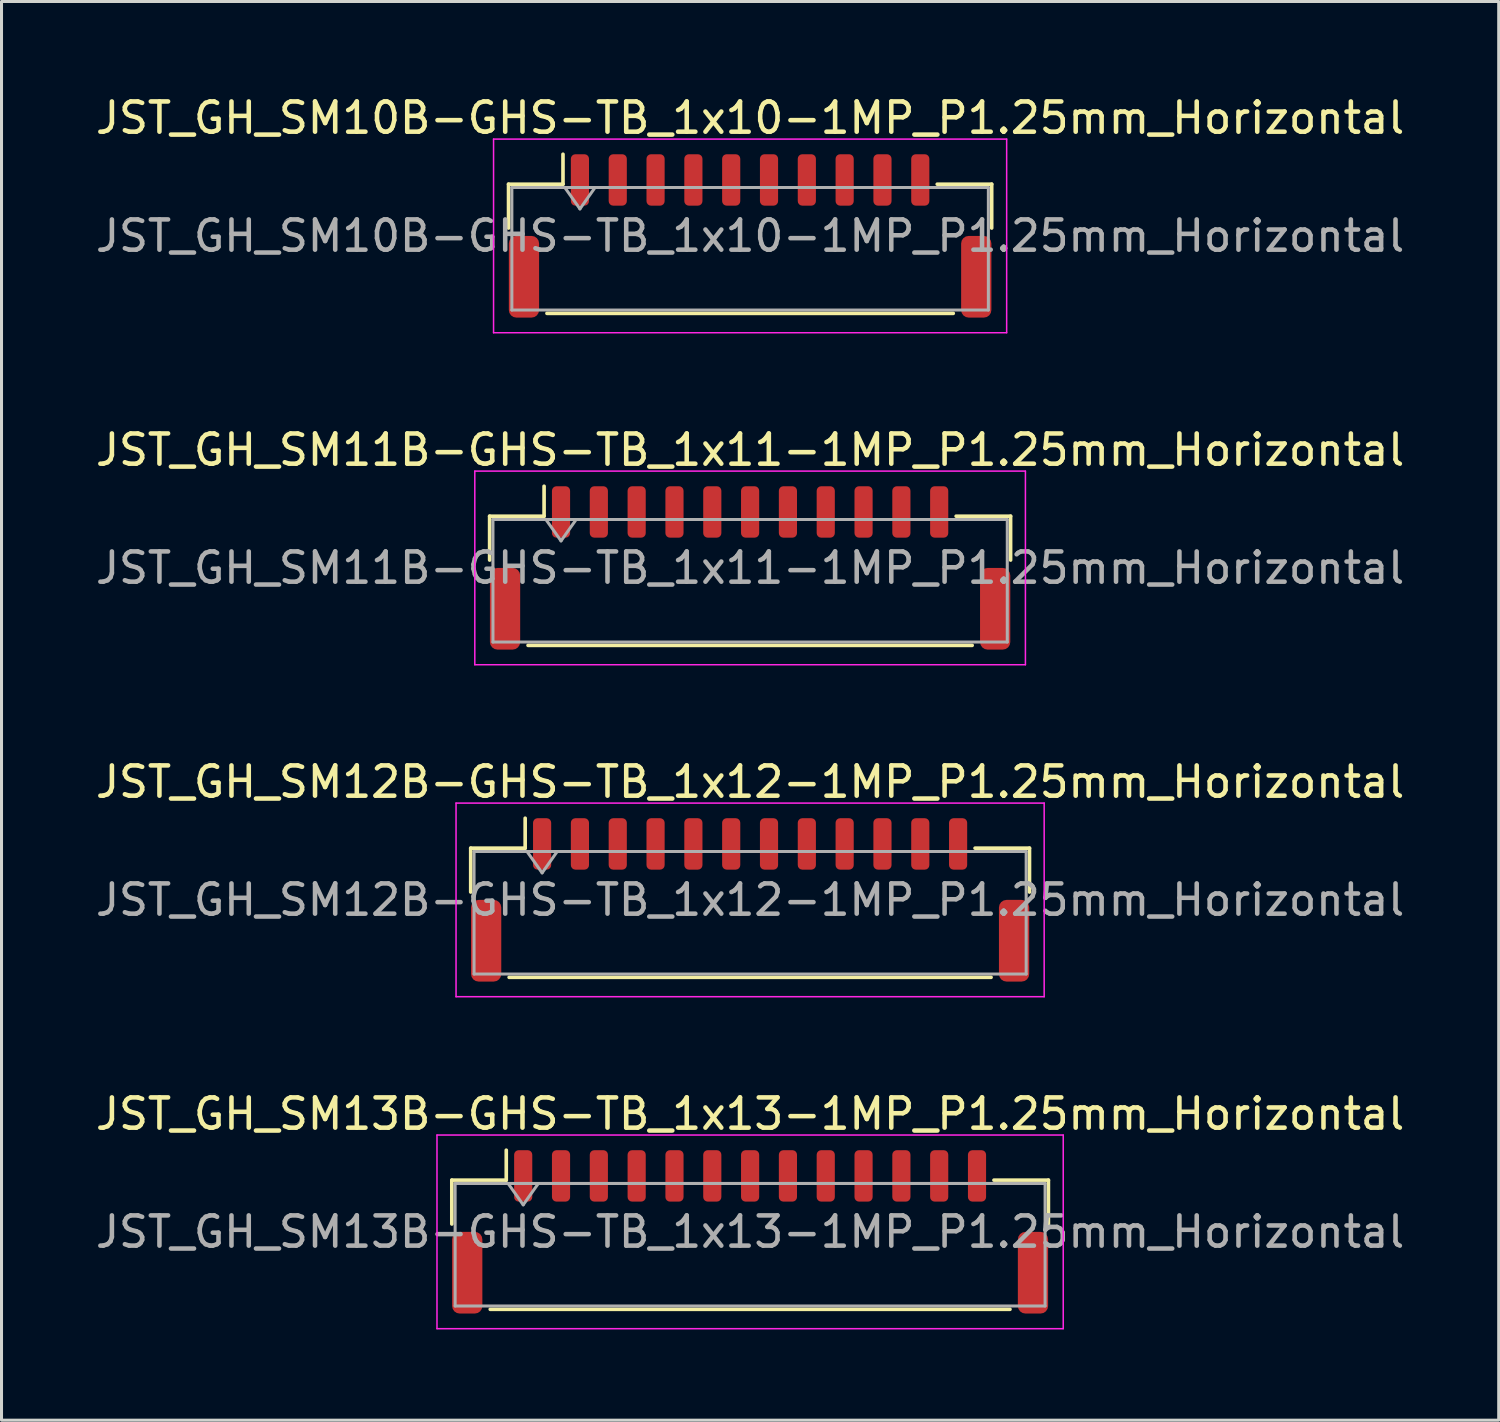
<source format=kicad_pcb>
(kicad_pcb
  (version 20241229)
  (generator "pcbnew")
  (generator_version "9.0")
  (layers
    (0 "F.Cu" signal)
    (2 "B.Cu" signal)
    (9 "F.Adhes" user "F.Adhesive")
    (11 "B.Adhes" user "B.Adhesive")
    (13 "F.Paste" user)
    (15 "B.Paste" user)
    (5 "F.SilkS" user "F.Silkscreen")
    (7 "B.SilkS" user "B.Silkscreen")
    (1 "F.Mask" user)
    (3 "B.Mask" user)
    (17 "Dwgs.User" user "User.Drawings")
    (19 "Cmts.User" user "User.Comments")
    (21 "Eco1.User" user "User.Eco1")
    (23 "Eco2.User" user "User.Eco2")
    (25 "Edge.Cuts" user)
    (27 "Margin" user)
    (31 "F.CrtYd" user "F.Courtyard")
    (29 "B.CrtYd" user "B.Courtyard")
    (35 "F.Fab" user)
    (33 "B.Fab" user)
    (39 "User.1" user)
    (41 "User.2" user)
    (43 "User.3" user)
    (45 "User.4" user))
  (footprint "JST_GH_SM12B-GHS-TB_1x12-1MP_P1.25mm_Horizontal"
    (layer "F.Cu")
    (at 21.744 26.695)
    (property "Reference" "JST_GH_SM12B-GHS-TB_1x12-1MP_P1.25mm_Horizontal" (at 0 -3.9 0) (layer "F.SilkS") (effects (font (size 1 1) (thickness 0.15))))
    (attr smd)
    (fp_line (start -9.235 -1.71) (end -7.435 -1.71) (stroke (width 0.12) (type solid)) (layer "F.SilkS"))
    (fp_line (start -9.235 -0.26) (end -9.235 -1.71) (stroke (width 0.12) (type solid)) (layer "F.SilkS"))
    (fp_line (start -7.965 2.56) (end 7.965 2.56) (stroke (width 0.12) (type solid)) (layer "F.SilkS"))
    (fp_line (start -7.435 -1.71) (end -7.435 -2.7) (stroke (width 0.12) (type solid)) (layer "F.SilkS"))
    (fp_line (start 9.235 -1.71) (end 7.435 -1.71) (stroke (width 0.12) (type solid)) (layer "F.SilkS"))
    (fp_line (start 9.235 -0.26) (end 9.235 -1.71) (stroke (width 0.12) (type solid)) (layer "F.SilkS"))
    (fp_line (start -9.72 -3.2) (end -9.72 3.2) (stroke (width 0.05) (type solid)) (layer "F.CrtYd"))
    (fp_line (start -9.72 3.2) (end 9.72 3.2) (stroke (width 0.05) (type solid)) (layer "F.CrtYd"))
    (fp_line (start 9.72 -3.2) (end -9.72 -3.2) (stroke (width 0.05) (type solid)) (layer "F.CrtYd"))
    (fp_line (start 9.72 3.2) (end 9.72 -3.2) (stroke (width 0.05) (type solid)) (layer "F.CrtYd"))
    (fp_line (start -9.125 -1.6) (end -9.125 2.45) (stroke (width 0.1) (type solid)) (layer "F.Fab"))
    (fp_line (start -9.125 -1.6) (end 9.125 -1.6) (stroke (width 0.1) (type solid)) (layer "F.Fab"))
    (fp_line (start -9.125 2.45) (end 9.125 2.45) (stroke (width 0.1) (type solid)) (layer "F.Fab"))
    (fp_line (start -7.375 -1.6) (end -6.875 -0.893) (stroke (width 0.1) (type solid)) (layer "F.Fab"))
    (fp_line (start -6.875 -0.893) (end -6.375 -1.6) (stroke (width 0.1) (type solid)) (layer "F.Fab"))
    (fp_line (start 9.125 -1.6) (end 9.125 2.45) (stroke (width 0.1) (type solid)) (layer "F.Fab"))
    (fp_text user "${REFERENCE}" (at 0 0 0) (layer "F.Fab") (effects (font (size 1 1) (thickness 0.15))))
    (pad "1" smd roundrect (at -6.875 -1.85) (size 0.6 1.7) (layers "F.Cu" "F.Mask" "F.Paste") (roundrect_rratio 0.25))
    (pad "2" smd roundrect (at -5.625 -1.85) (size 0.6 1.7) (layers "F.Cu" "F.Mask" "F.Paste") (roundrect_rratio 0.25))
    (pad "3" smd roundrect (at -4.375 -1.85) (size 0.6 1.7) (layers "F.Cu" "F.Mask" "F.Paste") (roundrect_rratio 0.25))
    (pad "4" smd roundrect (at -3.125 -1.85) (size 0.6 1.7) (layers "F.Cu" "F.Mask" "F.Paste") (roundrect_rratio 0.25))
    (pad "5" smd roundrect (at -1.875 -1.85) (size 0.6 1.7) (layers "F.Cu" "F.Mask" "F.Paste") (roundrect_rratio 0.25))
    (pad "6" smd roundrect (at -0.625 -1.85) (size 0.6 1.7) (layers "F.Cu" "F.Mask" "F.Paste") (roundrect_rratio 0.25))
    (pad "7" smd roundrect (at 0.625 -1.85) (size 0.6 1.7) (layers "F.Cu" "F.Mask" "F.Paste") (roundrect_rratio 0.25))
    (pad "8" smd roundrect (at 1.875 -1.85) (size 0.6 1.7) (layers "F.Cu" "F.Mask" "F.Paste") (roundrect_rratio 0.25))
    (pad "9" smd roundrect (at 3.125 -1.85) (size 0.6 1.7) (layers "F.Cu" "F.Mask" "F.Paste") (roundrect_rratio 0.25))
    (pad "10" smd roundrect (at 4.375 -1.85) (size 0.6 1.7) (layers "F.Cu" "F.Mask" "F.Paste") (roundrect_rratio 0.25))
    (pad "11" smd roundrect (at 5.625 -1.85) (size 0.6 1.7) (layers "F.Cu" "F.Mask" "F.Paste") (roundrect_rratio 0.25))
    (pad "12" smd roundrect (at 6.875 -1.85) (size 0.6 1.7) (layers "F.Cu" "F.Mask" "F.Paste") (roundrect_rratio 0.25))
    (pad "MP" smd roundrect (at -8.725 1.35) (size 1 2.7) (layers "F.Cu" "F.Mask" "F.Paste") (roundrect_rratio 0.25))
    (pad "MP" smd roundrect (at 8.725 1.35) (size 1 2.7) (layers "F.Cu" "F.Mask" "F.Paste") (roundrect_rratio 0.25)))
  (footprint "JST_GH_SM11B-GHS-TB_1x11-1MP_P1.25mm_Horizontal"
    (layer "F.Cu")
    (at 21.744 15.722)
    (property "Reference" "JST_GH_SM11B-GHS-TB_1x11-1MP_P1.25mm_Horizontal" (at 0 -3.9 0) (layer "F.SilkS") (effects (font (size 1 1) (thickness 0.15))))
    (attr smd)
    (fp_line (start -8.61 -1.71) (end -6.81 -1.71) (stroke (width 0.12) (type solid)) (layer "F.SilkS"))
    (fp_line (start -8.61 -0.26) (end -8.61 -1.71) (stroke (width 0.12) (type solid)) (layer "F.SilkS"))
    (fp_line (start -7.34 2.56) (end 7.34 2.56) (stroke (width 0.12) (type solid)) (layer "F.SilkS"))
    (fp_line (start -6.81 -1.71) (end -6.81 -2.7) (stroke (width 0.12) (type solid)) (layer "F.SilkS"))
    (fp_line (start 8.61 -1.71) (end 6.81 -1.71) (stroke (width 0.12) (type solid)) (layer "F.SilkS"))
    (fp_line (start 8.61 -0.26) (end 8.61 -1.71) (stroke (width 0.12) (type solid)) (layer "F.SilkS"))
    (fp_line (start -9.1 -3.2) (end -9.1 3.2) (stroke (width 0.05) (type solid)) (layer "F.CrtYd"))
    (fp_line (start -9.1 3.2) (end 9.1 3.2) (stroke (width 0.05) (type solid)) (layer "F.CrtYd"))
    (fp_line (start 9.1 -3.2) (end -9.1 -3.2) (stroke (width 0.05) (type solid)) (layer "F.CrtYd"))
    (fp_line (start 9.1 3.2) (end 9.1 -3.2) (stroke (width 0.05) (type solid)) (layer "F.CrtYd"))
    (fp_line (start -8.5 -1.6) (end -8.5 2.45) (stroke (width 0.1) (type solid)) (layer "F.Fab"))
    (fp_line (start -8.5 -1.6) (end 8.5 -1.6) (stroke (width 0.1) (type solid)) (layer "F.Fab"))
    (fp_line (start -8.5 2.45) (end 8.5 2.45) (stroke (width 0.1) (type solid)) (layer "F.Fab"))
    (fp_line (start -6.75 -1.6) (end -6.25 -0.893) (stroke (width 0.1) (type solid)) (layer "F.Fab"))
    (fp_line (start -6.25 -0.893) (end -5.75 -1.6) (stroke (width 0.1) (type solid)) (layer "F.Fab"))
    (fp_line (start 8.5 -1.6) (end 8.5 2.45) (stroke (width 0.1) (type solid)) (layer "F.Fab"))
    (fp_text user "${REFERENCE}" (at 0 0 0) (layer "F.Fab") (effects (font (size 1 1) (thickness 0.15))))
    (pad "1" smd roundrect (at -6.25 -1.85) (size 0.6 1.7) (layers "F.Cu" "F.Mask" "F.Paste") (roundrect_rratio 0.25))
    (pad "2" smd roundrect (at -5 -1.85) (size 0.6 1.7) (layers "F.Cu" "F.Mask" "F.Paste") (roundrect_rratio 0.25))
    (pad "3" smd roundrect (at -3.75 -1.85) (size 0.6 1.7) (layers "F.Cu" "F.Mask" "F.Paste") (roundrect_rratio 0.25))
    (pad "4" smd roundrect (at -2.5 -1.85) (size 0.6 1.7) (layers "F.Cu" "F.Mask" "F.Paste") (roundrect_rratio 0.25))
    (pad "5" smd roundrect (at -1.25 -1.85) (size 0.6 1.7) (layers "F.Cu" "F.Mask" "F.Paste") (roundrect_rratio 0.25))
    (pad "6" smd roundrect (at 0 -1.85) (size 0.6 1.7) (layers "F.Cu" "F.Mask" "F.Paste") (roundrect_rratio 0.25))
    (pad "7" smd roundrect (at 1.25 -1.85) (size 0.6 1.7) (layers "F.Cu" "F.Mask" "F.Paste") (roundrect_rratio 0.25))
    (pad "8" smd roundrect (at 2.5 -1.85) (size 0.6 1.7) (layers "F.Cu" "F.Mask" "F.Paste") (roundrect_rratio 0.25))
    (pad "9" smd roundrect (at 3.75 -1.85) (size 0.6 1.7) (layers "F.Cu" "F.Mask" "F.Paste") (roundrect_rratio 0.25))
    (pad "10" smd roundrect (at 5 -1.85) (size 0.6 1.7) (layers "F.Cu" "F.Mask" "F.Paste") (roundrect_rratio 0.25))
    (pad "11" smd roundrect (at 6.25 -1.85) (size 0.6 1.7) (layers "F.Cu" "F.Mask" "F.Paste") (roundrect_rratio 0.25))
    (pad "MP" smd roundrect (at -8.1 1.35) (size 1 2.7) (layers "F.Cu" "F.Mask" "F.Paste") (roundrect_rratio 0.25))
    (pad "MP" smd roundrect (at 8.1 1.35) (size 1 2.7) (layers "F.Cu" "F.Mask" "F.Paste") (roundrect_rratio 0.25)))
  (footprint "JST_GH_SM10B-GHS-TB_1x10-1MP_P1.25mm_Horizontal"
    (layer "F.Cu")
    (at 21.744 4.748)
    (property "Reference" "JST_GH_SM10B-GHS-TB_1x10-1MP_P1.25mm_Horizontal" (at 0 -3.9 0) (layer "F.SilkS") (effects (font (size 1 1) (thickness 0.15))))
    (attr smd)
    (fp_line (start -7.985 -1.71) (end -6.185 -1.71) (stroke (width 0.12) (type solid)) (layer "F.SilkS"))
    (fp_line (start -7.985 -0.26) (end -7.985 -1.71) (stroke (width 0.12) (type solid)) (layer "F.SilkS"))
    (fp_line (start -6.715 2.56) (end 6.715 2.56) (stroke (width 0.12) (type solid)) (layer "F.SilkS"))
    (fp_line (start -6.185 -1.71) (end -6.185 -2.7) (stroke (width 0.12) (type solid)) (layer "F.SilkS"))
    (fp_line (start 7.985 -1.71) (end 6.185 -1.71) (stroke (width 0.12) (type solid)) (layer "F.SilkS"))
    (fp_line (start 7.985 -0.26) (end 7.985 -1.71) (stroke (width 0.12) (type solid)) (layer "F.SilkS"))
    (fp_line (start -8.48 -3.2) (end -8.48 3.2) (stroke (width 0.05) (type solid)) (layer "F.CrtYd"))
    (fp_line (start -8.48 3.2) (end 8.48 3.2) (stroke (width 0.05) (type solid)) (layer "F.CrtYd"))
    (fp_line (start 8.48 -3.2) (end -8.48 -3.2) (stroke (width 0.05) (type solid)) (layer "F.CrtYd"))
    (fp_line (start 8.48 3.2) (end 8.48 -3.2) (stroke (width 0.05) (type solid)) (layer "F.CrtYd"))
    (fp_line (start -7.875 -1.6) (end -7.875 2.45) (stroke (width 0.1) (type solid)) (layer "F.Fab"))
    (fp_line (start -7.875 -1.6) (end 7.875 -1.6) (stroke (width 0.1) (type solid)) (layer "F.Fab"))
    (fp_line (start -7.875 2.45) (end 7.875 2.45) (stroke (width 0.1) (type solid)) (layer "F.Fab"))
    (fp_line (start -6.125 -1.6) (end -5.625 -0.893) (stroke (width 0.1) (type solid)) (layer "F.Fab"))
    (fp_line (start -5.625 -0.893) (end -5.125 -1.6) (stroke (width 0.1) (type solid)) (layer "F.Fab"))
    (fp_line (start 7.875 -1.6) (end 7.875 2.45) (stroke (width 0.1) (type solid)) (layer "F.Fab"))
    (fp_text user "${REFERENCE}" (at 0 0 0) (layer "F.Fab") (effects (font (size 1 1) (thickness 0.15))))
    (pad "1" smd roundrect (at -5.625 -1.85) (size 0.6 1.7) (layers "F.Cu" "F.Mask" "F.Paste") (roundrect_rratio 0.25))
    (pad "2" smd roundrect (at -4.375 -1.85) (size 0.6 1.7) (layers "F.Cu" "F.Mask" "F.Paste") (roundrect_rratio 0.25))
    (pad "3" smd roundrect (at -3.125 -1.85) (size 0.6 1.7) (layers "F.Cu" "F.Mask" "F.Paste") (roundrect_rratio 0.25))
    (pad "4" smd roundrect (at -1.875 -1.85) (size 0.6 1.7) (layers "F.Cu" "F.Mask" "F.Paste") (roundrect_rratio 0.25))
    (pad "5" smd roundrect (at -0.625 -1.85) (size 0.6 1.7) (layers "F.Cu" "F.Mask" "F.Paste") (roundrect_rratio 0.25))
    (pad "6" smd roundrect (at 0.625 -1.85) (size 0.6 1.7) (layers "F.Cu" "F.Mask" "F.Paste") (roundrect_rratio 0.25))
    (pad "7" smd roundrect (at 1.875 -1.85) (size 0.6 1.7) (layers "F.Cu" "F.Mask" "F.Paste") (roundrect_rratio 0.25))
    (pad "8" smd roundrect (at 3.125 -1.85) (size 0.6 1.7) (layers "F.Cu" "F.Mask" "F.Paste") (roundrect_rratio 0.25))
    (pad "9" smd roundrect (at 4.375 -1.85) (size 0.6 1.7) (layers "F.Cu" "F.Mask" "F.Paste") (roundrect_rratio 0.25))
    (pad "10" smd roundrect (at 5.625 -1.85) (size 0.6 1.7) (layers "F.Cu" "F.Mask" "F.Paste") (roundrect_rratio 0.25))
    (pad "MP" smd roundrect (at -7.475 1.35) (size 1 2.7) (layers "F.Cu" "F.Mask" "F.Paste") (roundrect_rratio 0.25))
    (pad "MP" smd roundrect (at 7.475 1.35) (size 1 2.7) (layers "F.Cu" "F.Mask" "F.Paste") (roundrect_rratio 0.25)))
  (footprint "JST_GH_SM13B-GHS-TB_1x13-1MP_P1.25mm_Horizontal"
    (layer "F.Cu")
    (at 21.744 37.668)
    (property "Reference" "JST_GH_SM13B-GHS-TB_1x13-1MP_P1.25mm_Horizontal" (at 0 -3.9 0) (layer "F.SilkS") (effects (font (size 1 1) (thickness 0.15))))
    (attr smd)
    (fp_line (start -9.86 -1.71) (end -8.06 -1.71) (stroke (width 0.12) (type solid)) (layer "F.SilkS"))
    (fp_line (start -9.86 -0.26) (end -9.86 -1.71) (stroke (width 0.12) (type solid)) (layer "F.SilkS"))
    (fp_line (start -8.59 2.56) (end 8.59 2.56) (stroke (width 0.12) (type solid)) (layer "F.SilkS"))
    (fp_line (start -8.06 -1.71) (end -8.06 -2.7) (stroke (width 0.12) (type solid)) (layer "F.SilkS"))
    (fp_line (start 9.86 -1.71) (end 8.06 -1.71) (stroke (width 0.12) (type solid)) (layer "F.SilkS"))
    (fp_line (start 9.86 -0.26) (end 9.86 -1.71) (stroke (width 0.12) (type solid)) (layer "F.SilkS"))
    (fp_line (start -10.35 -3.2) (end -10.35 3.2) (stroke (width 0.05) (type solid)) (layer "F.CrtYd"))
    (fp_line (start -10.35 3.2) (end 10.35 3.2) (stroke (width 0.05) (type solid)) (layer "F.CrtYd"))
    (fp_line (start 10.35 -3.2) (end -10.35 -3.2) (stroke (width 0.05) (type solid)) (layer "F.CrtYd"))
    (fp_line (start 10.35 3.2) (end 10.35 -3.2) (stroke (width 0.05) (type solid)) (layer "F.CrtYd"))
    (fp_line (start -9.75 -1.6) (end -9.75 2.45) (stroke (width 0.1) (type solid)) (layer "F.Fab"))
    (fp_line (start -9.75 -1.6) (end 9.75 -1.6) (stroke (width 0.1) (type solid)) (layer "F.Fab"))
    (fp_line (start -9.75 2.45) (end 9.75 2.45) (stroke (width 0.1) (type solid)) (layer "F.Fab"))
    (fp_line (start -8 -1.6) (end -7.5 -0.893) (stroke (width 0.1) (type solid)) (layer "F.Fab"))
    (fp_line (start -7.5 -0.893) (end -7 -1.6) (stroke (width 0.1) (type solid)) (layer "F.Fab"))
    (fp_line (start 9.75 -1.6) (end 9.75 2.45) (stroke (width 0.1) (type solid)) (layer "F.Fab"))
    (fp_text user "${REFERENCE}" (at 0 0 0) (layer "F.Fab") (effects (font (size 1 1) (thickness 0.15))))
    (pad "1" smd roundrect (at -7.5 -1.85) (size 0.6 1.7) (layers "F.Cu" "F.Mask" "F.Paste") (roundrect_rratio 0.25))
    (pad "2" smd roundrect (at -6.25 -1.85) (size 0.6 1.7) (layers "F.Cu" "F.Mask" "F.Paste") (roundrect_rratio 0.25))
    (pad "3" smd roundrect (at -5 -1.85) (size 0.6 1.7) (layers "F.Cu" "F.Mask" "F.Paste") (roundrect_rratio 0.25))
    (pad "4" smd roundrect (at -3.75 -1.85) (size 0.6 1.7) (layers "F.Cu" "F.Mask" "F.Paste") (roundrect_rratio 0.25))
    (pad "5" smd roundrect (at -2.5 -1.85) (size 0.6 1.7) (layers "F.Cu" "F.Mask" "F.Paste") (roundrect_rratio 0.25))
    (pad "6" smd roundrect (at -1.25 -1.85) (size 0.6 1.7) (layers "F.Cu" "F.Mask" "F.Paste") (roundrect_rratio 0.25))
    (pad "7" smd roundrect (at 0 -1.85) (size 0.6 1.7) (layers "F.Cu" "F.Mask" "F.Paste") (roundrect_rratio 0.25))
    (pad "8" smd roundrect (at 1.25 -1.85) (size 0.6 1.7) (layers "F.Cu" "F.Mask" "F.Paste") (roundrect_rratio 0.25))
    (pad "9" smd roundrect (at 2.5 -1.85) (size 0.6 1.7) (layers "F.Cu" "F.Mask" "F.Paste") (roundrect_rratio 0.25))
    (pad "10" smd roundrect (at 3.75 -1.85) (size 0.6 1.7) (layers "F.Cu" "F.Mask" "F.Paste") (roundrect_rratio 0.25))
    (pad "11" smd roundrect (at 5 -1.85) (size 0.6 1.7) (layers "F.Cu" "F.Mask" "F.Paste") (roundrect_rratio 0.25))
    (pad "12" smd roundrect (at 6.25 -1.85) (size 0.6 1.7) (layers "F.Cu" "F.Mask" "F.Paste") (roundrect_rratio 0.25))
    (pad "13" smd roundrect (at 7.5 -1.85) (size 0.6 1.7) (layers "F.Cu" "F.Mask" "F.Paste") (roundrect_rratio 0.25))
    (pad "MP" smd roundrect (at -9.35 1.35) (size 1 2.7) (layers "F.Cu" "F.Mask" "F.Paste") (roundrect_rratio 0.25))
    (pad "MP" smd roundrect (at 9.35 1.35) (size 1 2.7) (layers "F.Cu" "F.Mask" "F.Paste") (roundrect_rratio 0.25)))
  (gr_rect
    (start -3 -3)
    (end 46.488 43.893)
    (stroke (width 0.1) (type default))
    (fill no)
    (layer "Edge.Cuts")))
</source>
